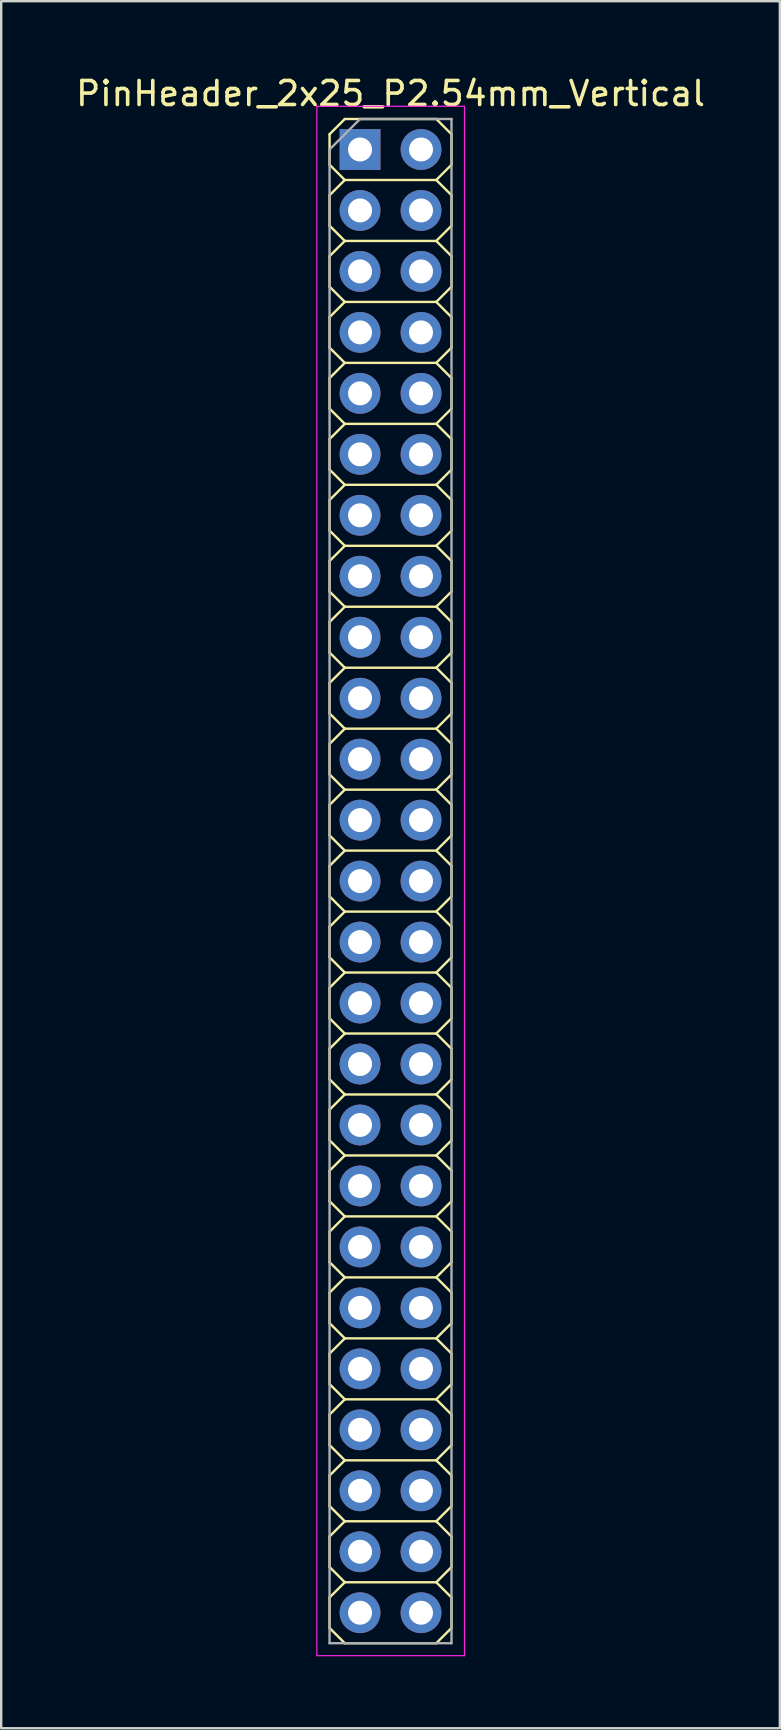
<source format=kicad_pcb>
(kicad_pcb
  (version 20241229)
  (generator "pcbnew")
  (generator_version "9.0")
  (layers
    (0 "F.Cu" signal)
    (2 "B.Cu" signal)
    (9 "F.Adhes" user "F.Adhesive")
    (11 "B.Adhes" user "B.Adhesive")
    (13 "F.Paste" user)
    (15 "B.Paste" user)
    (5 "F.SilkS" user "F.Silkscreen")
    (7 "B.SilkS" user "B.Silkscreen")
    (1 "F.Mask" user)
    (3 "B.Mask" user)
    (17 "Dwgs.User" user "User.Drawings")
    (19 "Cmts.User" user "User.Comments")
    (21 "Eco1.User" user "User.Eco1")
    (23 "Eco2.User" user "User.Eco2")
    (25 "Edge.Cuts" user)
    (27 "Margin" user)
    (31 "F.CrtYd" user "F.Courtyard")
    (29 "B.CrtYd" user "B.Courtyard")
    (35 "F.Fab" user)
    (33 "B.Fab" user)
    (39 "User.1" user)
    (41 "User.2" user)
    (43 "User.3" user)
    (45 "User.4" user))
  (footprint "PinHeader_2x25_P2.54mm_Vertical"
    (layer "F.Cu")
    (at 11.95 3.178)
    (property "Reference" "PinHeader_2x25_P2.54mm_Vertical" (at 1.27 -2.33 180) (layer "F.SilkS") (effects (font (size 1 1) (thickness 0.15))))
    (attr through_hole)
    (fp_line (start -1.27 -0.635) (end -0.635 -1.27) (stroke (width 0.1) (type solid)) (layer "F.SilkS"))
    (fp_line (start -1.27 0.635) (end -1.27 -0.635) (stroke (width 0.1) (type solid)) (layer "F.SilkS"))
    (fp_line (start -1.27 0.635) (end -0.635 1.27) (stroke (width 0.1) (type solid)) (layer "F.SilkS"))
    (fp_line (start -1.27 1.905) (end -0.635 1.27) (stroke (width 0.1) (type solid)) (layer "F.SilkS"))
    (fp_line (start -1.27 3.175) (end -1.27 1.905) (stroke (width 0.1) (type solid)) (layer "F.SilkS"))
    (fp_line (start -1.27 3.175) (end -0.635 3.81) (stroke (width 0.1) (type solid)) (layer "F.SilkS"))
    (fp_line (start -1.27 4.445) (end -0.635 3.81) (stroke (width 0.1) (type solid)) (layer "F.SilkS"))
    (fp_line (start -1.27 5.715) (end -1.27 4.445) (stroke (width 0.1) (type solid)) (layer "F.SilkS"))
    (fp_line (start -1.27 5.715) (end -0.635 6.35) (stroke (width 0.1) (type solid)) (layer "F.SilkS"))
    (fp_line (start -1.27 6.985) (end -0.635 6.35) (stroke (width 0.1) (type solid)) (layer "F.SilkS"))
    (fp_line (start -1.27 8.255) (end -1.27 6.985) (stroke (width 0.1) (type solid)) (layer "F.SilkS"))
    (fp_line (start -1.27 8.255) (end -0.635 8.89) (stroke (width 0.1) (type solid)) (layer "F.SilkS"))
    (fp_line (start -1.27 9.525) (end -0.635 8.89) (stroke (width 0.1) (type solid)) (layer "F.SilkS"))
    (fp_line (start -1.27 10.795) (end -1.27 9.525) (stroke (width 0.1) (type solid)) (layer "F.SilkS"))
    (fp_line (start -1.27 10.795) (end -0.635 11.43) (stroke (width 0.1) (type solid)) (layer "F.SilkS"))
    (fp_line (start -1.27 12.065) (end -0.635 11.43) (stroke (width 0.1) (type solid)) (layer "F.SilkS"))
    (fp_line (start -1.27 13.335) (end -1.27 12.065) (stroke (width 0.1) (type solid)) (layer "F.SilkS"))
    (fp_line (start -1.27 13.335) (end -0.635 13.97) (stroke (width 0.1) (type solid)) (layer "F.SilkS"))
    (fp_line (start -1.27 14.605) (end -0.635 13.97) (stroke (width 0.1) (type solid)) (layer "F.SilkS"))
    (fp_line (start -1.27 15.875) (end -1.27 14.605) (stroke (width 0.1) (type solid)) (layer "F.SilkS"))
    (fp_line (start -1.27 15.875) (end -0.635 16.51) (stroke (width 0.1) (type solid)) (layer "F.SilkS"))
    (fp_line (start -1.27 17.145) (end -0.635 16.51) (stroke (width 0.1) (type solid)) (layer "F.SilkS"))
    (fp_line (start -1.27 18.415) (end -1.27 17.145) (stroke (width 0.1) (type solid)) (layer "F.SilkS"))
    (fp_line (start -1.27 18.415) (end -0.635 19.05) (stroke (width 0.1) (type solid)) (layer "F.SilkS"))
    (fp_line (start -1.27 19.685) (end -0.635 19.05) (stroke (width 0.1) (type solid)) (layer "F.SilkS"))
    (fp_line (start -1.27 20.955) (end -1.27 19.685) (stroke (width 0.1) (type solid)) (layer "F.SilkS"))
    (fp_line (start -1.27 20.955) (end -0.635 21.59) (stroke (width 0.1) (type solid)) (layer "F.SilkS"))
    (fp_line (start -1.27 22.225) (end -0.635 21.59) (stroke (width 0.1) (type solid)) (layer "F.SilkS"))
    (fp_line (start -1.27 23.495) (end -1.27 22.225) (stroke (width 0.1) (type solid)) (layer "F.SilkS"))
    (fp_line (start -1.27 23.495) (end -0.635 24.13) (stroke (width 0.1) (type solid)) (layer "F.SilkS"))
    (fp_line (start -1.27 24.765) (end -0.635 24.13) (stroke (width 0.1) (type solid)) (layer "F.SilkS"))
    (fp_line (start -1.27 26.035) (end -1.27 24.765) (stroke (width 0.1) (type solid)) (layer "F.SilkS"))
    (fp_line (start -1.27 26.035) (end -0.635 26.67) (stroke (width 0.1) (type solid)) (layer "F.SilkS"))
    (fp_line (start -1.27 27.305) (end -0.635 26.67) (stroke (width 0.1) (type solid)) (layer "F.SilkS"))
    (fp_line (start -1.27 28.575) (end -1.27 27.305) (stroke (width 0.1) (type solid)) (layer "F.SilkS"))
    (fp_line (start -1.27 28.575) (end -0.635 29.21) (stroke (width 0.1) (type solid)) (layer "F.SilkS"))
    (fp_line (start -1.27 29.845) (end -0.635 29.21) (stroke (width 0.1) (type solid)) (layer "F.SilkS"))
    (fp_line (start -1.27 31.115) (end -1.27 29.845) (stroke (width 0.1) (type solid)) (layer "F.SilkS"))
    (fp_line (start -1.27 31.115) (end -0.635 31.75) (stroke (width 0.1) (type solid)) (layer "F.SilkS"))
    (fp_line (start -1.27 32.385) (end -0.635 31.75) (stroke (width 0.1) (type solid)) (layer "F.SilkS"))
    (fp_line (start -1.27 33.655) (end -1.27 32.385) (stroke (width 0.1) (type solid)) (layer "F.SilkS"))
    (fp_line (start -1.27 33.655) (end -0.635 34.29) (stroke (width 0.1) (type solid)) (layer "F.SilkS"))
    (fp_line (start -1.27 34.925) (end -0.635 34.29) (stroke (width 0.1) (type solid)) (layer "F.SilkS"))
    (fp_line (start -1.27 36.195) (end -1.27 34.925) (stroke (width 0.1) (type solid)) (layer "F.SilkS"))
    (fp_line (start -1.27 36.195) (end -0.635 36.83) (stroke (width 0.1) (type solid)) (layer "F.SilkS"))
    (fp_line (start -1.27 37.465) (end -0.635 36.83) (stroke (width 0.1) (type solid)) (layer "F.SilkS"))
    (fp_line (start -1.27 38.735) (end -1.27 37.465) (stroke (width 0.1) (type solid)) (layer "F.SilkS"))
    (fp_line (start -1.27 38.735) (end -0.635 39.37) (stroke (width 0.1) (type solid)) (layer "F.SilkS"))
    (fp_line (start -1.27 40.005) (end -0.635 39.37) (stroke (width 0.1) (type solid)) (layer "F.SilkS"))
    (fp_line (start -1.27 41.275) (end -1.27 40.005) (stroke (width 0.1) (type solid)) (layer "F.SilkS"))
    (fp_line (start -1.27 41.275) (end -0.635 41.91) (stroke (width 0.1) (type solid)) (layer "F.SilkS"))
    (fp_line (start -1.27 42.545) (end -0.635 41.91) (stroke (width 0.1) (type solid)) (layer "F.SilkS"))
    (fp_line (start -1.27 43.815) (end -1.27 42.545) (stroke (width 0.1) (type solid)) (layer "F.SilkS"))
    (fp_line (start -1.27 43.815) (end -0.635 44.45) (stroke (width 0.1) (type solid)) (layer "F.SilkS"))
    (fp_line (start -1.27 45.085) (end -0.635 44.45) (stroke (width 0.1) (type solid)) (layer "F.SilkS"))
    (fp_line (start -1.27 46.355) (end -1.27 45.085) (stroke (width 0.1) (type solid)) (layer "F.SilkS"))
    (fp_line (start -1.27 46.355) (end -0.635 46.99) (stroke (width 0.1) (type solid)) (layer "F.SilkS"))
    (fp_line (start -1.27 47.625) (end -0.635 46.99) (stroke (width 0.1) (type solid)) (layer "F.SilkS"))
    (fp_line (start -1.27 48.895) (end -1.27 47.625) (stroke (width 0.1) (type solid)) (layer "F.SilkS"))
    (fp_line (start -1.27 48.895) (end -0.635 49.53) (stroke (width 0.1) (type solid)) (layer "F.SilkS"))
    (fp_line (start -1.27 50.165) (end -0.635 49.53) (stroke (width 0.1) (type solid)) (layer "F.SilkS"))
    (fp_line (start -1.27 51.435) (end -1.27 50.165) (stroke (width 0.1) (type solid)) (layer "F.SilkS"))
    (fp_line (start -1.27 51.435) (end -0.635 52.07) (stroke (width 0.1) (type solid)) (layer "F.SilkS"))
    (fp_line (start -1.27 52.705) (end -0.635 52.07) (stroke (width 0.1) (type solid)) (layer "F.SilkS"))
    (fp_line (start -1.27 53.975) (end -1.27 52.705) (stroke (width 0.1) (type solid)) (layer "F.SilkS"))
    (fp_line (start -1.27 53.975) (end -0.635 54.61) (stroke (width 0.1) (type solid)) (layer "F.SilkS"))
    (fp_line (start -1.27 55.245) (end -0.635 54.61) (stroke (width 0.1) (type solid)) (layer "F.SilkS"))
    (fp_line (start -1.27 56.515) (end -1.27 55.245) (stroke (width 0.1) (type solid)) (layer "F.SilkS"))
    (fp_line (start -1.27 56.515) (end -0.635 57.15) (stroke (width 0.1) (type solid)) (layer "F.SilkS"))
    (fp_line (start -1.27 57.785) (end -0.635 57.15) (stroke (width 0.1) (type solid)) (layer "F.SilkS"))
    (fp_line (start -1.27 59.055) (end -1.27 57.785) (stroke (width 0.1) (type solid)) (layer "F.SilkS"))
    (fp_line (start -1.27 59.055) (end -0.635 59.69) (stroke (width 0.1) (type solid)) (layer "F.SilkS"))
    (fp_line (start -1.27 60.325) (end -0.635 59.69) (stroke (width 0.1) (type solid)) (layer "F.SilkS"))
    (fp_line (start -1.27 61.595) (end -1.27 60.325) (stroke (width 0.1) (type solid)) (layer "F.SilkS"))
    (fp_line (start -1.27 61.595) (end -0.635 62.23) (stroke (width 0.1) (type solid)) (layer "F.SilkS"))
    (fp_line (start -0.635 -1.27) (end 3.175 -1.27) (stroke (width 0.1) (type solid)) (layer "F.SilkS"))
    (fp_line (start -0.635 1.27) (end 3.175 1.27) (stroke (width 0.1) (type solid)) (layer "F.SilkS"))
    (fp_line (start -0.635 3.81) (end 3.175 3.81) (stroke (width 0.1) (type solid)) (layer "F.SilkS"))
    (fp_line (start -0.635 6.35) (end 3.175 6.35) (stroke (width 0.1) (type solid)) (layer "F.SilkS"))
    (fp_line (start -0.635 8.89) (end 3.175 8.89) (stroke (width 0.1) (type solid)) (layer "F.SilkS"))
    (fp_line (start -0.635 11.43) (end 3.175 11.43) (stroke (width 0.1) (type solid)) (layer "F.SilkS"))
    (fp_line (start -0.635 13.97) (end 3.175 13.97) (stroke (width 0.1) (type solid)) (layer "F.SilkS"))
    (fp_line (start -0.635 16.51) (end 3.175 16.51) (stroke (width 0.1) (type solid)) (layer "F.SilkS"))
    (fp_line (start -0.635 19.05) (end 3.175 19.05) (stroke (width 0.1) (type solid)) (layer "F.SilkS"))
    (fp_line (start -0.635 21.59) (end 3.175 21.59) (stroke (width 0.1) (type solid)) (layer "F.SilkS"))
    (fp_line (start -0.635 24.13) (end 3.175 24.13) (stroke (width 0.1) (type solid)) (layer "F.SilkS"))
    (fp_line (start -0.635 26.67) (end 3.175 26.67) (stroke (width 0.1) (type solid)) (layer "F.SilkS"))
    (fp_line (start -0.635 29.21) (end 3.175 29.21) (stroke (width 0.1) (type solid)) (layer "F.SilkS"))
    (fp_line (start -0.635 31.75) (end 3.175 31.75) (stroke (width 0.1) (type solid)) (layer "F.SilkS"))
    (fp_line (start -0.635 34.29) (end 3.175 34.29) (stroke (width 0.1) (type solid)) (layer "F.SilkS"))
    (fp_line (start -0.635 36.83) (end 3.175 36.83) (stroke (width 0.1) (type solid)) (layer "F.SilkS"))
    (fp_line (start -0.635 39.37) (end 3.175 39.37) (stroke (width 0.1) (type solid)) (layer "F.SilkS"))
    (fp_line (start -0.635 41.91) (end 3.175 41.91) (stroke (width 0.1) (type solid)) (layer "F.SilkS"))
    (fp_line (start -0.635 44.45) (end 3.175 44.45) (stroke (width 0.1) (type solid)) (layer "F.SilkS"))
    (fp_line (start -0.635 46.99) (end 3.175 46.99) (stroke (width 0.1) (type solid)) (layer "F.SilkS"))
    (fp_line (start -0.635 49.53) (end 3.175 49.53) (stroke (width 0.1) (type solid)) (layer "F.SilkS"))
    (fp_line (start -0.635 52.07) (end 3.175 52.07) (stroke (width 0.1) (type solid)) (layer "F.SilkS"))
    (fp_line (start -0.635 54.61) (end 3.175 54.61) (stroke (width 0.1) (type solid)) (layer "F.SilkS"))
    (fp_line (start -0.635 57.15) (end 3.175 57.15) (stroke (width 0.1) (type solid)) (layer "F.SilkS"))
    (fp_line (start -0.635 59.69) (end 3.175 59.69) (stroke (width 0.1) (type solid)) (layer "F.SilkS"))
    (fp_line (start -0.635 62.23) (end 3.175 62.23) (stroke (width 0.1) (type solid)) (layer "F.SilkS"))
    (fp_line (start 3.175 -1.27) (end 3.81 -0.635) (stroke (width 0.1) (type solid)) (layer "F.SilkS"))
    (fp_line (start 3.175 1.27) (end 3.81 0.635) (stroke (width 0.1) (type solid)) (layer "F.SilkS"))
    (fp_line (start 3.175 1.27) (end 3.81 1.905) (stroke (width 0.1) (type solid)) (layer "F.SilkS"))
    (fp_line (start 3.175 3.81) (end 3.81 3.175) (stroke (width 0.1) (type solid)) (layer "F.SilkS"))
    (fp_line (start 3.175 3.81) (end 3.81 4.445) (stroke (width 0.1) (type solid)) (layer "F.SilkS"))
    (fp_line (start 3.175 6.35) (end 3.81 5.715) (stroke (width 0.1) (type solid)) (layer "F.SilkS"))
    (fp_line (start 3.175 6.35) (end 3.81 6.985) (stroke (width 0.1) (type solid)) (layer "F.SilkS"))
    (fp_line (start 3.175 8.89) (end 3.81 8.255) (stroke (width 0.1) (type solid)) (layer "F.SilkS"))
    (fp_line (start 3.175 8.89) (end 3.81 9.525) (stroke (width 0.1) (type solid)) (layer "F.SilkS"))
    (fp_line (start 3.175 11.43) (end 3.81 10.795) (stroke (width 0.1) (type solid)) (layer "F.SilkS"))
    (fp_line (start 3.175 11.43) (end 3.81 12.065) (stroke (width 0.1) (type solid)) (layer "F.SilkS"))
    (fp_line (start 3.175 13.97) (end 3.81 13.335) (stroke (width 0.1) (type solid)) (layer "F.SilkS"))
    (fp_line (start 3.175 13.97) (end 3.81 14.605) (stroke (width 0.1) (type solid)) (layer "F.SilkS"))
    (fp_line (start 3.175 16.51) (end 3.81 15.875) (stroke (width 0.1) (type solid)) (layer "F.SilkS"))
    (fp_line (start 3.175 16.51) (end 3.81 17.145) (stroke (width 0.1) (type solid)) (layer "F.SilkS"))
    (fp_line (start 3.175 19.05) (end 3.81 18.415) (stroke (width 0.1) (type solid)) (layer "F.SilkS"))
    (fp_line (start 3.175 19.05) (end 3.81 19.685) (stroke (width 0.1) (type solid)) (layer "F.SilkS"))
    (fp_line (start 3.175 21.59) (end 3.81 20.955) (stroke (width 0.1) (type solid)) (layer "F.SilkS"))
    (fp_line (start 3.175 21.59) (end 3.81 22.225) (stroke (width 0.1) (type solid)) (layer "F.SilkS"))
    (fp_line (start 3.175 24.13) (end 3.81 23.495) (stroke (width 0.1) (type solid)) (layer "F.SilkS"))
    (fp_line (start 3.175 24.13) (end 3.81 24.765) (stroke (width 0.1) (type solid)) (layer "F.SilkS"))
    (fp_line (start 3.175 26.67) (end 3.81 26.035) (stroke (width 0.1) (type solid)) (layer "F.SilkS"))
    (fp_line (start 3.175 26.67) (end 3.81 27.305) (stroke (width 0.1) (type solid)) (layer "F.SilkS"))
    (fp_line (start 3.175 29.21) (end 3.81 28.575) (stroke (width 0.1) (type solid)) (layer "F.SilkS"))
    (fp_line (start 3.175 29.21) (end 3.81 29.845) (stroke (width 0.1) (type solid)) (layer "F.SilkS"))
    (fp_line (start 3.175 31.75) (end 3.81 31.115) (stroke (width 0.1) (type solid)) (layer "F.SilkS"))
    (fp_line (start 3.175 31.75) (end 3.81 32.385) (stroke (width 0.1) (type solid)) (layer "F.SilkS"))
    (fp_line (start 3.175 34.29) (end 3.81 33.655) (stroke (width 0.1) (type solid)) (layer "F.SilkS"))
    (fp_line (start 3.175 34.29) (end 3.81 34.925) (stroke (width 0.1) (type solid)) (layer "F.SilkS"))
    (fp_line (start 3.175 36.83) (end 3.81 36.195) (stroke (width 0.1) (type solid)) (layer "F.SilkS"))
    (fp_line (start 3.175 36.83) (end 3.81 37.465) (stroke (width 0.1) (type solid)) (layer "F.SilkS"))
    (fp_line (start 3.175 39.37) (end 3.81 38.735) (stroke (width 0.1) (type solid)) (layer "F.SilkS"))
    (fp_line (start 3.175 39.37) (end 3.81 40.005) (stroke (width 0.1) (type solid)) (layer "F.SilkS"))
    (fp_line (start 3.175 41.91) (end 3.81 41.275) (stroke (width 0.1) (type solid)) (layer "F.SilkS"))
    (fp_line (start 3.175 41.91) (end 3.81 42.545) (stroke (width 0.1) (type solid)) (layer "F.SilkS"))
    (fp_line (start 3.175 44.45) (end 3.81 43.815) (stroke (width 0.1) (type solid)) (layer "F.SilkS"))
    (fp_line (start 3.175 44.45) (end 3.81 45.085) (stroke (width 0.1) (type solid)) (layer "F.SilkS"))
    (fp_line (start 3.175 46.99) (end 3.81 46.355) (stroke (width 0.1) (type solid)) (layer "F.SilkS"))
    (fp_line (start 3.175 46.99) (end 3.81 47.625) (stroke (width 0.1) (type solid)) (layer "F.SilkS"))
    (fp_line (start 3.175 49.53) (end 3.81 48.895) (stroke (width 0.1) (type solid)) (layer "F.SilkS"))
    (fp_line (start 3.175 49.53) (end 3.81 50.165) (stroke (width 0.1) (type solid)) (layer "F.SilkS"))
    (fp_line (start 3.175 52.07) (end 3.81 51.435) (stroke (width 0.1) (type solid)) (layer "F.SilkS"))
    (fp_line (start 3.175 52.07) (end 3.81 52.705) (stroke (width 0.1) (type solid)) (layer "F.SilkS"))
    (fp_line (start 3.175 54.61) (end 3.81 53.975) (stroke (width 0.1) (type solid)) (layer "F.SilkS"))
    (fp_line (start 3.175 54.61) (end 3.81 55.245) (stroke (width 0.1) (type solid)) (layer "F.SilkS"))
    (fp_line (start 3.175 57.15) (end 3.81 56.515) (stroke (width 0.1) (type solid)) (layer "F.SilkS"))
    (fp_line (start 3.175 57.15) (end 3.81 57.785) (stroke (width 0.1) (type solid)) (layer "F.SilkS"))
    (fp_line (start 3.175 59.69) (end 3.81 59.055) (stroke (width 0.1) (type solid)) (layer "F.SilkS"))
    (fp_line (start 3.175 59.69) (end 3.81 60.325) (stroke (width 0.1) (type solid)) (layer "F.SilkS"))
    (fp_line (start 3.175 62.23) (end 3.81 61.595) (stroke (width 0.1) (type solid)) (layer "F.SilkS"))
    (fp_line (start 3.81 0.635) (end 3.81 -0.635) (stroke (width 0.1) (type solid)) (layer "F.SilkS"))
    (fp_line (start 3.81 3.175) (end 3.81 1.905) (stroke (width 0.1) (type solid)) (layer "F.SilkS"))
    (fp_line (start 3.81 5.715) (end 3.81 4.445) (stroke (width 0.1) (type solid)) (layer "F.SilkS"))
    (fp_line (start 3.81 8.255) (end 3.81 6.985) (stroke (width 0.1) (type solid)) (layer "F.SilkS"))
    (fp_line (start 3.81 10.795) (end 3.81 9.525) (stroke (width 0.1) (type solid)) (layer "F.SilkS"))
    (fp_line (start 3.81 13.335) (end 3.81 12.065) (stroke (width 0.1) (type solid)) (layer "F.SilkS"))
    (fp_line (start 3.81 15.875) (end 3.81 14.605) (stroke (width 0.1) (type solid)) (layer "F.SilkS"))
    (fp_line (start 3.81 18.415) (end 3.81 17.145) (stroke (width 0.1) (type solid)) (layer "F.SilkS"))
    (fp_line (start 3.81 20.955) (end 3.81 19.685) (stroke (width 0.1) (type solid)) (layer "F.SilkS"))
    (fp_line (start 3.81 23.495) (end 3.81 22.225) (stroke (width 0.1) (type solid)) (layer "F.SilkS"))
    (fp_line (start 3.81 26.035) (end 3.81 24.765) (stroke (width 0.1) (type solid)) (layer "F.SilkS"))
    (fp_line (start 3.81 28.575) (end 3.81 27.305) (stroke (width 0.1) (type solid)) (layer "F.SilkS"))
    (fp_line (start 3.81 31.115) (end 3.81 29.845) (stroke (width 0.1) (type solid)) (layer "F.SilkS"))
    (fp_line (start 3.81 33.655) (end 3.81 32.385) (stroke (width 0.1) (type solid)) (layer "F.SilkS"))
    (fp_line (start 3.81 36.195) (end 3.81 34.925) (stroke (width 0.1) (type solid)) (layer "F.SilkS"))
    (fp_line (start 3.81 38.735) (end 3.81 37.465) (stroke (width 0.1) (type solid)) (layer "F.SilkS"))
    (fp_line (start 3.81 41.275) (end 3.81 40.005) (stroke (width 0.1) (type solid)) (layer "F.SilkS"))
    (fp_line (start 3.81 43.815) (end 3.81 42.545) (stroke (width 0.1) (type solid)) (layer "F.SilkS"))
    (fp_line (start 3.81 46.355) (end 3.81 45.085) (stroke (width 0.1) (type solid)) (layer "F.SilkS"))
    (fp_line (start 3.81 48.895) (end 3.81 47.625) (stroke (width 0.1) (type solid)) (layer "F.SilkS"))
    (fp_line (start 3.81 51.435) (end 3.81 50.165) (stroke (width 0.1) (type solid)) (layer "F.SilkS"))
    (fp_line (start 3.81 53.975) (end 3.81 52.705) (stroke (width 0.1) (type solid)) (layer "F.SilkS"))
    (fp_line (start 3.81 56.515) (end 3.81 55.245) (stroke (width 0.1) (type solid)) (layer "F.SilkS"))
    (fp_line (start 3.81 59.055) (end 3.81 57.785) (stroke (width 0.1) (type solid)) (layer "F.SilkS"))
    (fp_line (start 3.81 61.595) (end 3.81 60.325) (stroke (width 0.1) (type solid)) (layer "F.SilkS"))
    (fp_line (start -1.8 -1.8) (end -1.8 62.75) (stroke (width 0.05) (type solid)) (layer "F.CrtYd"))
    (fp_line (start -1.8 62.75) (end 4.35 62.75) (stroke (width 0.05) (type solid)) (layer "F.CrtYd"))
    (fp_line (start 4.35 -1.8) (end -1.8 -1.8) (stroke (width 0.05) (type solid)) (layer "F.CrtYd"))
    (fp_line (start 4.35 62.75) (end 4.35 -1.8) (stroke (width 0.05) (type solid)) (layer "F.CrtYd"))
    (fp_line (start -1.27 0) (end 0 -1.27) (stroke (width 0.1) (type solid)) (layer "F.Fab"))
    (fp_line (start -1.27 62.23) (end -1.27 0) (stroke (width 0.1) (type solid)) (layer "F.Fab"))
    (fp_line (start 0 -1.27) (end 3.81 -1.27) (stroke (width 0.1) (type solid)) (layer "F.Fab"))
    (fp_line (start 3.81 -1.27) (end 3.81 62.23) (stroke (width 0.1) (type solid)) (layer "F.Fab"))
    (fp_line (start 3.81 62.23) (end -1.27 62.23) (stroke (width 0.1) (type solid)) (layer "F.Fab"))
    (pad "1" thru_hole rect (at 0 0) (size 1.7 1.7) (drill 1) (layers "*.Cu" "*.Mask"))
    (pad "2" thru_hole oval (at 0 2.54) (size 1.7 1.7) (drill 1) (layers "*.Cu" "*.Mask"))
    (pad "3" thru_hole oval (at 0 5.08) (size 1.7 1.7) (drill 1) (layers "*.Cu" "*.Mask"))
    (pad "4" thru_hole oval (at 0 7.62) (size 1.7 1.7) (drill 1) (layers "*.Cu" "*.Mask"))
    (pad "5" thru_hole oval (at 0 10.16) (size 1.7 1.7) (drill 1) (layers "*.Cu" "*.Mask"))
    (pad "6" thru_hole oval (at 0 12.7) (size 1.7 1.7) (drill 1) (layers "*.Cu" "*.Mask"))
    (pad "7" thru_hole oval (at 0 15.24) (size 1.7 1.7) (drill 1) (layers "*.Cu" "*.Mask"))
    (pad "8" thru_hole oval (at 0 17.78) (size 1.7 1.7) (drill 1) (layers "*.Cu" "*.Mask"))
    (pad "9" thru_hole oval (at 0 20.32) (size 1.7 1.7) (drill 1) (layers "*.Cu" "*.Mask"))
    (pad "10" thru_hole oval (at 0 22.86) (size 1.7 1.7) (drill 1) (layers "*.Cu" "*.Mask"))
    (pad "11" thru_hole oval (at 0 25.4) (size 1.7 1.7) (drill 1) (layers "*.Cu" "*.Mask"))
    (pad "12" thru_hole oval (at 0 27.94) (size 1.7 1.7) (drill 1) (layers "*.Cu" "*.Mask"))
    (pad "13" thru_hole oval (at 0 30.48) (size 1.7 1.7) (drill 1) (layers "*.Cu" "*.Mask"))
    (pad "14" thru_hole oval (at 0 33.02) (size 1.7 1.7) (drill 1) (layers "*.Cu" "*.Mask"))
    (pad "15" thru_hole oval (at 0 35.56) (size 1.7 1.7) (drill 1) (layers "*.Cu" "*.Mask"))
    (pad "16" thru_hole oval (at 0 38.1) (size 1.7 1.7) (drill 1) (layers "*.Cu" "*.Mask"))
    (pad "17" thru_hole oval (at 0 40.64) (size 1.7 1.7) (drill 1) (layers "*.Cu" "*.Mask"))
    (pad "18" thru_hole oval (at 0 43.18) (size 1.7 1.7) (drill 1) (layers "*.Cu" "*.Mask"))
    (pad "19" thru_hole oval (at 0 45.72) (size 1.7 1.7) (drill 1) (layers "*.Cu" "*.Mask"))
    (pad "20" thru_hole oval (at 0 48.26) (size 1.7 1.7) (drill 1) (layers "*.Cu" "*.Mask"))
    (pad "21" thru_hole oval (at 0 50.8) (size 1.7 1.7) (drill 1) (layers "*.Cu" "*.Mask"))
    (pad "22" thru_hole oval (at 0 53.34) (size 1.7 1.7) (drill 1) (layers "*.Cu" "*.Mask"))
    (pad "23" thru_hole oval (at 0 55.88) (size 1.7 1.7) (drill 1) (layers "*.Cu" "*.Mask"))
    (pad "24" thru_hole oval (at 0 58.42) (size 1.7 1.7) (drill 1) (layers "*.Cu" "*.Mask"))
    (pad "25" thru_hole oval (at 0 60.96) (size 1.7 1.7) (drill 1) (layers "*.Cu" "*.Mask"))
    (pad "26" thru_hole oval (at 2.54 60.96) (size 1.7 1.7) (drill 1) (layers "*.Cu" "*.Mask"))
    (pad "27" thru_hole oval (at 2.54 58.42) (size 1.7 1.7) (drill 1) (layers "*.Cu" "*.Mask"))
    (pad "28" thru_hole oval (at 2.54 55.88) (size 1.7 1.7) (drill 1) (layers "*.Cu" "*.Mask"))
    (pad "29" thru_hole oval (at 2.54 53.34) (size 1.7 1.7) (drill 1) (layers "*.Cu" "*.Mask"))
    (pad "30" thru_hole oval (at 2.54 50.8) (size 1.7 1.7) (drill 1) (layers "*.Cu" "*.Mask"))
    (pad "31" thru_hole oval (at 2.54 48.26) (size 1.7 1.7) (drill 1) (layers "*.Cu" "*.Mask"))
    (pad "32" thru_hole oval (at 2.54 45.72) (size 1.7 1.7) (drill 1) (layers "*.Cu" "*.Mask"))
    (pad "33" thru_hole oval (at 2.54 43.18) (size 1.7 1.7) (drill 1) (layers "*.Cu" "*.Mask"))
    (pad "34" thru_hole oval (at 2.54 40.64) (size 1.7 1.7) (drill 1) (layers "*.Cu" "*.Mask"))
    (pad "35" thru_hole oval (at 2.54 38.1) (size 1.7 1.7) (drill 1) (layers "*.Cu" "*.Mask"))
    (pad "36" thru_hole oval (at 2.54 35.56) (size 1.7 1.7) (drill 1) (layers "*.Cu" "*.Mask"))
    (pad "37" thru_hole oval (at 2.54 33.02) (size 1.7 1.7) (drill 1) (layers "*.Cu" "*.Mask"))
    (pad "38" thru_hole oval (at 2.54 30.48) (size 1.7 1.7) (drill 1) (layers "*.Cu" "*.Mask"))
    (pad "39" thru_hole oval (at 2.54 27.94) (size 1.7 1.7) (drill 1) (layers "*.Cu" "*.Mask"))
    (pad "40" thru_hole oval (at 2.54 25.4) (size 1.7 1.7) (drill 1) (layers "*.Cu" "*.Mask"))
    (pad "41" thru_hole oval (at 2.54 22.86) (size 1.7 1.7) (drill 1) (layers "*.Cu" "*.Mask"))
    (pad "42" thru_hole oval (at 2.54 20.32) (size 1.7 1.7) (drill 1) (layers "*.Cu" "*.Mask"))
    (pad "43" thru_hole oval (at 2.54 17.78) (size 1.7 1.7) (drill 1) (layers "*.Cu" "*.Mask"))
    (pad "44" thru_hole oval (at 2.54 15.24) (size 1.7 1.7) (drill 1) (layers "*.Cu" "*.Mask"))
    (pad "45" thru_hole oval (at 2.54 12.7) (size 1.7 1.7) (drill 1) (layers "*.Cu" "*.Mask"))
    (pad "46" thru_hole oval (at 2.54 10.16) (size 1.7 1.7) (drill 1) (layers "*.Cu" "*.Mask"))
    (pad "47" thru_hole oval (at 2.54 7.62) (size 1.7 1.7) (drill 1) (layers "*.Cu" "*.Mask"))
    (pad "48" thru_hole oval (at 2.54 5.08) (size 1.7 1.7) (drill 1) (layers "*.Cu" "*.Mask"))
    (pad "49" thru_hole oval (at 2.54 2.54) (size 1.7 1.7) (drill 1) (layers "*.Cu" "*.Mask"))
    (pad "50" thru_hole oval (at 2.54 0) (size 1.7 1.7) (drill 1) (layers "*.Cu" "*.Mask")))
  (gr_rect
    (start -3 -3)
    (end 29.44 68.953)
    (stroke (width 0.1) (type default))
    (fill no)
    (layer "Edge.Cuts")))
</source>
